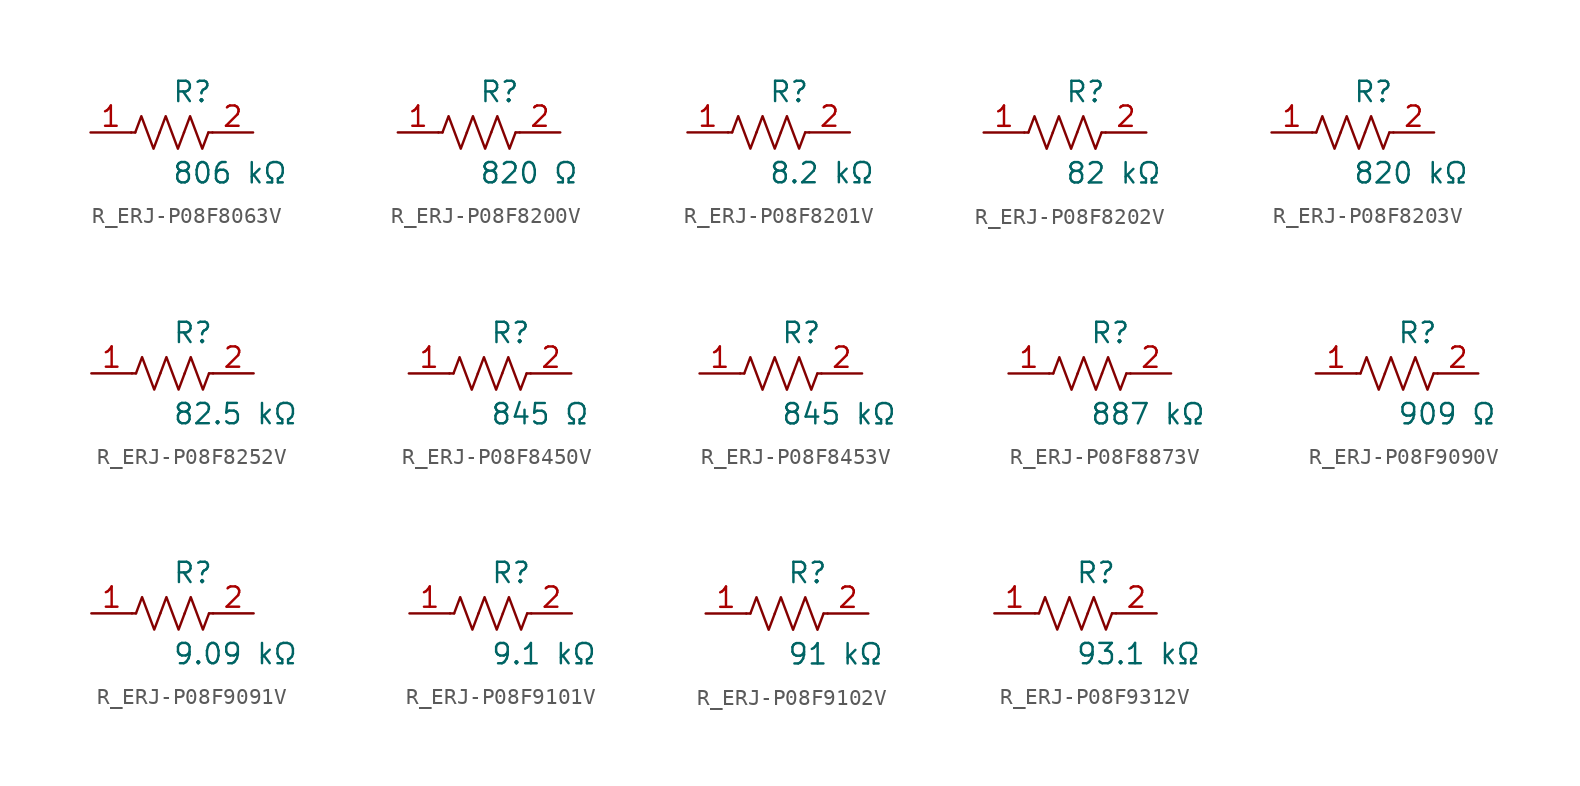
<source format=kicad_sym>
(kicad_symbol_lib
  (version 20231120)
  (generator kicad_symbol_editor)
  (generator_version 8.0)
  (symbol "R_ERJ-P08F8063V"
    (pin_names
      (offset 0.254))
    (property "Reference" "R"
      (at 0.0 2.54 0)
      (effects (font (size 1.27 1.27)) (justify left)))
    (property "Value" "806 kΩ"
      (at 0.0 -2.54 0)
      (effects (font (size 1.27 1.27)) (justify left)))
    (symbol "R_ERJ-P08F8063V_0_1"
      (polyline (pts (xy 2.286 0) (xy 2.54 0)) (stroke (width 0) (type default)) (fill (type none)))
      (polyline (pts (xy -2.286 0) (xy -2.54 0)) (stroke (width 0) (type default)) (fill (type none)))
      (polyline (pts (xy 0.762 0) (xy 1.143 1.016) (xy 1.524 0) (xy 1.905 -1.016) (xy 2.286 0)) (stroke (width 0) (type default)) (fill (type none)))
      (polyline (pts (xy -0.762 0) (xy -0.381 1.016) (xy 0 0) (xy 0.381 -1.016) (xy 0.762 0)) (stroke (width 0) (type default)) (fill (type none)))
      (polyline (pts (xy -2.286 0) (xy -1.905 1.016) (xy -1.524 0) (xy -1.143 -1.016) (xy -0.762 0)) (stroke (width 0) (type default)) (fill (type none))))
    (pin unspecified line
      (at -5.08 0 0)
      (length 2.54)
      (name "" (effects (font (size 1.27 1.27))))
      (number "1" (effects (font (size 1.27 1.27)))))
    (pin unspecified line
      (at 5.08 0 180)
      (length 2.54)
      (name "" (effects (font (size 1.27 1.27))))
      (number "2" (effects (font (size 1.27 1.27))))))
  (symbol "R_ERJ-P08F8200V"
    (pin_names
      (offset 0.254))
    (property "Reference" "R"
      (at 0.0 2.54 0)
      (effects (font (size 1.27 1.27)) (justify left)))
    (property "Value" "820 Ω"
      (at 0.0 -2.54 0)
      (effects (font (size 1.27 1.27)) (justify left)))
    (symbol "R_ERJ-P08F8200V_0_1"
      (polyline (pts (xy 2.286 0) (xy 2.54 0)) (stroke (width 0) (type default)) (fill (type none)))
      (polyline (pts (xy -2.286 0) (xy -2.54 0)) (stroke (width 0) (type default)) (fill (type none)))
      (polyline (pts (xy 0.762 0) (xy 1.143 1.016) (xy 1.524 0) (xy 1.905 -1.016) (xy 2.286 0)) (stroke (width 0) (type default)) (fill (type none)))
      (polyline (pts (xy -0.762 0) (xy -0.381 1.016) (xy 0 0) (xy 0.381 -1.016) (xy 0.762 0)) (stroke (width 0) (type default)) (fill (type none)))
      (polyline (pts (xy -2.286 0) (xy -1.905 1.016) (xy -1.524 0) (xy -1.143 -1.016) (xy -0.762 0)) (stroke (width 0) (type default)) (fill (type none))))
    (pin unspecified line
      (at -5.08 0 0)
      (length 2.54)
      (name "" (effects (font (size 1.27 1.27))))
      (number "1" (effects (font (size 1.27 1.27)))))
    (pin unspecified line
      (at 5.08 0 180)
      (length 2.54)
      (name "" (effects (font (size 1.27 1.27))))
      (number "2" (effects (font (size 1.27 1.27))))))
  (symbol "R_ERJ-P08F8201V"
    (pin_names
      (offset 0.254))
    (property "Reference" "R"
      (at 0.0 2.54 0)
      (effects (font (size 1.27 1.27)) (justify left)))
    (property "Value" "8.2 kΩ"
      (at 0.0 -2.54 0)
      (effects (font (size 1.27 1.27)) (justify left)))
    (symbol "R_ERJ-P08F8201V_0_1"
      (polyline (pts (xy 2.286 0) (xy 2.54 0)) (stroke (width 0) (type default)) (fill (type none)))
      (polyline (pts (xy -2.286 0) (xy -2.54 0)) (stroke (width 0) (type default)) (fill (type none)))
      (polyline (pts (xy 0.762 0) (xy 1.143 1.016) (xy 1.524 0) (xy 1.905 -1.016) (xy 2.286 0)) (stroke (width 0) (type default)) (fill (type none)))
      (polyline (pts (xy -0.762 0) (xy -0.381 1.016) (xy 0 0) (xy 0.381 -1.016) (xy 0.762 0)) (stroke (width 0) (type default)) (fill (type none)))
      (polyline (pts (xy -2.286 0) (xy -1.905 1.016) (xy -1.524 0) (xy -1.143 -1.016) (xy -0.762 0)) (stroke (width 0) (type default)) (fill (type none))))
    (pin unspecified line
      (at -5.08 0 0)
      (length 2.54)
      (name "" (effects (font (size 1.27 1.27))))
      (number "1" (effects (font (size 1.27 1.27)))))
    (pin unspecified line
      (at 5.08 0 180)
      (length 2.54)
      (name "" (effects (font (size 1.27 1.27))))
      (number "2" (effects (font (size 1.27 1.27))))))
  (symbol "R_ERJ-P08F8202V"
    (pin_names
      (offset 0.254))
    (property "Reference" "R"
      (at 0.0 2.54 0)
      (effects (font (size 1.27 1.27)) (justify left)))
    (property "Value" "82 kΩ"
      (at 0.0 -2.54 0)
      (effects (font (size 1.27 1.27)) (justify left)))
    (symbol "R_ERJ-P08F8202V_0_1"
      (polyline (pts (xy 2.286 0) (xy 2.54 0)) (stroke (width 0) (type default)) (fill (type none)))
      (polyline (pts (xy -2.286 0) (xy -2.54 0)) (stroke (width 0) (type default)) (fill (type none)))
      (polyline (pts (xy 0.762 0) (xy 1.143 1.016) (xy 1.524 0) (xy 1.905 -1.016) (xy 2.286 0)) (stroke (width 0) (type default)) (fill (type none)))
      (polyline (pts (xy -0.762 0) (xy -0.381 1.016) (xy 0 0) (xy 0.381 -1.016) (xy 0.762 0)) (stroke (width 0) (type default)) (fill (type none)))
      (polyline (pts (xy -2.286 0) (xy -1.905 1.016) (xy -1.524 0) (xy -1.143 -1.016) (xy -0.762 0)) (stroke (width 0) (type default)) (fill (type none))))
    (pin unspecified line
      (at -5.08 0 0)
      (length 2.54)
      (name "" (effects (font (size 1.27 1.27))))
      (number "1" (effects (font (size 1.27 1.27)))))
    (pin unspecified line
      (at 5.08 0 180)
      (length 2.54)
      (name "" (effects (font (size 1.27 1.27))))
      (number "2" (effects (font (size 1.27 1.27))))))
  (symbol "R_ERJ-P08F8203V"
    (pin_names
      (offset 0.254))
    (property "Reference" "R"
      (at 0.0 2.54 0)
      (effects (font (size 1.27 1.27)) (justify left)))
    (property "Value" "820 kΩ"
      (at 0.0 -2.54 0)
      (effects (font (size 1.27 1.27)) (justify left)))
    (symbol "R_ERJ-P08F8203V_0_1"
      (polyline (pts (xy 2.286 0) (xy 2.54 0)) (stroke (width 0) (type default)) (fill (type none)))
      (polyline (pts (xy -2.286 0) (xy -2.54 0)) (stroke (width 0) (type default)) (fill (type none)))
      (polyline (pts (xy 0.762 0) (xy 1.143 1.016) (xy 1.524 0) (xy 1.905 -1.016) (xy 2.286 0)) (stroke (width 0) (type default)) (fill (type none)))
      (polyline (pts (xy -0.762 0) (xy -0.381 1.016) (xy 0 0) (xy 0.381 -1.016) (xy 0.762 0)) (stroke (width 0) (type default)) (fill (type none)))
      (polyline (pts (xy -2.286 0) (xy -1.905 1.016) (xy -1.524 0) (xy -1.143 -1.016) (xy -0.762 0)) (stroke (width 0) (type default)) (fill (type none))))
    (pin unspecified line
      (at -5.08 0 0)
      (length 2.54)
      (name "" (effects (font (size 1.27 1.27))))
      (number "1" (effects (font (size 1.27 1.27)))))
    (pin unspecified line
      (at 5.08 0 180)
      (length 2.54)
      (name "" (effects (font (size 1.27 1.27))))
      (number "2" (effects (font (size 1.27 1.27))))))
  (symbol "R_ERJ-P08F8252V"
    (pin_names
      (offset 0.254))
    (property "Reference" "R"
      (at 0.0 2.54 0)
      (effects (font (size 1.27 1.27)) (justify left)))
    (property "Value" "82.5 kΩ"
      (at 0.0 -2.54 0)
      (effects (font (size 1.27 1.27)) (justify left)))
    (symbol "R_ERJ-P08F8252V_0_1"
      (polyline (pts (xy 2.286 0) (xy 2.54 0)) (stroke (width 0) (type default)) (fill (type none)))
      (polyline (pts (xy -2.286 0) (xy -2.54 0)) (stroke (width 0) (type default)) (fill (type none)))
      (polyline (pts (xy 0.762 0) (xy 1.143 1.016) (xy 1.524 0) (xy 1.905 -1.016) (xy 2.286 0)) (stroke (width 0) (type default)) (fill (type none)))
      (polyline (pts (xy -0.762 0) (xy -0.381 1.016) (xy 0 0) (xy 0.381 -1.016) (xy 0.762 0)) (stroke (width 0) (type default)) (fill (type none)))
      (polyline (pts (xy -2.286 0) (xy -1.905 1.016) (xy -1.524 0) (xy -1.143 -1.016) (xy -0.762 0)) (stroke (width 0) (type default)) (fill (type none))))
    (pin unspecified line
      (at -5.08 0 0)
      (length 2.54)
      (name "" (effects (font (size 1.27 1.27))))
      (number "1" (effects (font (size 1.27 1.27)))))
    (pin unspecified line
      (at 5.08 0 180)
      (length 2.54)
      (name "" (effects (font (size 1.27 1.27))))
      (number "2" (effects (font (size 1.27 1.27))))))
  (symbol "R_ERJ-P08F8450V"
    (pin_names
      (offset 0.254))
    (property "Reference" "R"
      (at 0.0 2.54 0)
      (effects (font (size 1.27 1.27)) (justify left)))
    (property "Value" "845 Ω"
      (at 0.0 -2.54 0)
      (effects (font (size 1.27 1.27)) (justify left)))
    (symbol "R_ERJ-P08F8450V_0_1"
      (polyline (pts (xy 2.286 0) (xy 2.54 0)) (stroke (width 0) (type default)) (fill (type none)))
      (polyline (pts (xy -2.286 0) (xy -2.54 0)) (stroke (width 0) (type default)) (fill (type none)))
      (polyline (pts (xy 0.762 0) (xy 1.143 1.016) (xy 1.524 0) (xy 1.905 -1.016) (xy 2.286 0)) (stroke (width 0) (type default)) (fill (type none)))
      (polyline (pts (xy -0.762 0) (xy -0.381 1.016) (xy 0 0) (xy 0.381 -1.016) (xy 0.762 0)) (stroke (width 0) (type default)) (fill (type none)))
      (polyline (pts (xy -2.286 0) (xy -1.905 1.016) (xy -1.524 0) (xy -1.143 -1.016) (xy -0.762 0)) (stroke (width 0) (type default)) (fill (type none))))
    (pin unspecified line
      (at -5.08 0 0)
      (length 2.54)
      (name "" (effects (font (size 1.27 1.27))))
      (number "1" (effects (font (size 1.27 1.27)))))
    (pin unspecified line
      (at 5.08 0 180)
      (length 2.54)
      (name "" (effects (font (size 1.27 1.27))))
      (number "2" (effects (font (size 1.27 1.27))))))
  (symbol "R_ERJ-P08F8453V"
    (pin_names
      (offset 0.254))
    (property "Reference" "R"
      (at 0.0 2.54 0)
      (effects (font (size 1.27 1.27)) (justify left)))
    (property "Value" "845 kΩ"
      (at 0.0 -2.54 0)
      (effects (font (size 1.27 1.27)) (justify left)))
    (symbol "R_ERJ-P08F8453V_0_1"
      (polyline (pts (xy 2.286 0) (xy 2.54 0)) (stroke (width 0) (type default)) (fill (type none)))
      (polyline (pts (xy -2.286 0) (xy -2.54 0)) (stroke (width 0) (type default)) (fill (type none)))
      (polyline (pts (xy 0.762 0) (xy 1.143 1.016) (xy 1.524 0) (xy 1.905 -1.016) (xy 2.286 0)) (stroke (width 0) (type default)) (fill (type none)))
      (polyline (pts (xy -0.762 0) (xy -0.381 1.016) (xy 0 0) (xy 0.381 -1.016) (xy 0.762 0)) (stroke (width 0) (type default)) (fill (type none)))
      (polyline (pts (xy -2.286 0) (xy -1.905 1.016) (xy -1.524 0) (xy -1.143 -1.016) (xy -0.762 0)) (stroke (width 0) (type default)) (fill (type none))))
    (pin unspecified line
      (at -5.08 0 0)
      (length 2.54)
      (name "" (effects (font (size 1.27 1.27))))
      (number "1" (effects (font (size 1.27 1.27)))))
    (pin unspecified line
      (at 5.08 0 180)
      (length 2.54)
      (name "" (effects (font (size 1.27 1.27))))
      (number "2" (effects (font (size 1.27 1.27))))))
  (symbol "R_ERJ-P08F8873V"
    (pin_names
      (offset 0.254))
    (property "Reference" "R"
      (at 0.0 2.54 0)
      (effects (font (size 1.27 1.27)) (justify left)))
    (property "Value" "887 kΩ"
      (at 0.0 -2.54 0)
      (effects (font (size 1.27 1.27)) (justify left)))
    (symbol "R_ERJ-P08F8873V_0_1"
      (polyline (pts (xy 2.286 0) (xy 2.54 0)) (stroke (width 0) (type default)) (fill (type none)))
      (polyline (pts (xy -2.286 0) (xy -2.54 0)) (stroke (width 0) (type default)) (fill (type none)))
      (polyline (pts (xy 0.762 0) (xy 1.143 1.016) (xy 1.524 0) (xy 1.905 -1.016) (xy 2.286 0)) (stroke (width 0) (type default)) (fill (type none)))
      (polyline (pts (xy -0.762 0) (xy -0.381 1.016) (xy 0 0) (xy 0.381 -1.016) (xy 0.762 0)) (stroke (width 0) (type default)) (fill (type none)))
      (polyline (pts (xy -2.286 0) (xy -1.905 1.016) (xy -1.524 0) (xy -1.143 -1.016) (xy -0.762 0)) (stroke (width 0) (type default)) (fill (type none))))
    (pin unspecified line
      (at -5.08 0 0)
      (length 2.54)
      (name "" (effects (font (size 1.27 1.27))))
      (number "1" (effects (font (size 1.27 1.27)))))
    (pin unspecified line
      (at 5.08 0 180)
      (length 2.54)
      (name "" (effects (font (size 1.27 1.27))))
      (number "2" (effects (font (size 1.27 1.27))))))
  (symbol "R_ERJ-P08F9090V"
    (pin_names
      (offset 0.254))
    (property "Reference" "R"
      (at 0.0 2.54 0)
      (effects (font (size 1.27 1.27)) (justify left)))
    (property "Value" "909 Ω"
      (at 0.0 -2.54 0)
      (effects (font (size 1.27 1.27)) (justify left)))
    (symbol "R_ERJ-P08F9090V_0_1"
      (polyline (pts (xy 2.286 0) (xy 2.54 0)) (stroke (width 0) (type default)) (fill (type none)))
      (polyline (pts (xy -2.286 0) (xy -2.54 0)) (stroke (width 0) (type default)) (fill (type none)))
      (polyline (pts (xy 0.762 0) (xy 1.143 1.016) (xy 1.524 0) (xy 1.905 -1.016) (xy 2.286 0)) (stroke (width 0) (type default)) (fill (type none)))
      (polyline (pts (xy -0.762 0) (xy -0.381 1.016) (xy 0 0) (xy 0.381 -1.016) (xy 0.762 0)) (stroke (width 0) (type default)) (fill (type none)))
      (polyline (pts (xy -2.286 0) (xy -1.905 1.016) (xy -1.524 0) (xy -1.143 -1.016) (xy -0.762 0)) (stroke (width 0) (type default)) (fill (type none))))
    (pin unspecified line
      (at -5.08 0 0)
      (length 2.54)
      (name "" (effects (font (size 1.27 1.27))))
      (number "1" (effects (font (size 1.27 1.27)))))
    (pin unspecified line
      (at 5.08 0 180)
      (length 2.54)
      (name "" (effects (font (size 1.27 1.27))))
      (number "2" (effects (font (size 1.27 1.27))))))
  (symbol "R_ERJ-P08F9091V"
    (pin_names
      (offset 0.254))
    (property "Reference" "R"
      (at 0.0 2.54 0)
      (effects (font (size 1.27 1.27)) (justify left)))
    (property "Value" "9.09 kΩ"
      (at 0.0 -2.54 0)
      (effects (font (size 1.27 1.27)) (justify left)))
    (symbol "R_ERJ-P08F9091V_0_1"
      (polyline (pts (xy 2.286 0) (xy 2.54 0)) (stroke (width 0) (type default)) (fill (type none)))
      (polyline (pts (xy -2.286 0) (xy -2.54 0)) (stroke (width 0) (type default)) (fill (type none)))
      (polyline (pts (xy 0.762 0) (xy 1.143 1.016) (xy 1.524 0) (xy 1.905 -1.016) (xy 2.286 0)) (stroke (width 0) (type default)) (fill (type none)))
      (polyline (pts (xy -0.762 0) (xy -0.381 1.016) (xy 0 0) (xy 0.381 -1.016) (xy 0.762 0)) (stroke (width 0) (type default)) (fill (type none)))
      (polyline (pts (xy -2.286 0) (xy -1.905 1.016) (xy -1.524 0) (xy -1.143 -1.016) (xy -0.762 0)) (stroke (width 0) (type default)) (fill (type none))))
    (pin unspecified line
      (at -5.08 0 0)
      (length 2.54)
      (name "" (effects (font (size 1.27 1.27))))
      (number "1" (effects (font (size 1.27 1.27)))))
    (pin unspecified line
      (at 5.08 0 180)
      (length 2.54)
      (name "" (effects (font (size 1.27 1.27))))
      (number "2" (effects (font (size 1.27 1.27))))))
  (symbol "R_ERJ-P08F9101V"
    (pin_names
      (offset 0.254))
    (property "Reference" "R"
      (at 0.0 2.54 0)
      (effects (font (size 1.27 1.27)) (justify left)))
    (property "Value" "9.1 kΩ"
      (at 0.0 -2.54 0)
      (effects (font (size 1.27 1.27)) (justify left)))
    (symbol "R_ERJ-P08F9101V_0_1"
      (polyline (pts (xy 2.286 0) (xy 2.54 0)) (stroke (width 0) (type default)) (fill (type none)))
      (polyline (pts (xy -2.286 0) (xy -2.54 0)) (stroke (width 0) (type default)) (fill (type none)))
      (polyline (pts (xy 0.762 0) (xy 1.143 1.016) (xy 1.524 0) (xy 1.905 -1.016) (xy 2.286 0)) (stroke (width 0) (type default)) (fill (type none)))
      (polyline (pts (xy -0.762 0) (xy -0.381 1.016) (xy 0 0) (xy 0.381 -1.016) (xy 0.762 0)) (stroke (width 0) (type default)) (fill (type none)))
      (polyline (pts (xy -2.286 0) (xy -1.905 1.016) (xy -1.524 0) (xy -1.143 -1.016) (xy -0.762 0)) (stroke (width 0) (type default)) (fill (type none))))
    (pin unspecified line
      (at -5.08 0 0)
      (length 2.54)
      (name "" (effects (font (size 1.27 1.27))))
      (number "1" (effects (font (size 1.27 1.27)))))
    (pin unspecified line
      (at 5.08 0 180)
      (length 2.54)
      (name "" (effects (font (size 1.27 1.27))))
      (number "2" (effects (font (size 1.27 1.27))))))
  (symbol "R_ERJ-P08F9102V"
    (pin_names
      (offset 0.254))
    (property "Reference" "R"
      (at 0.0 2.54 0)
      (effects (font (size 1.27 1.27)) (justify left)))
    (property "Value" "91 kΩ"
      (at 0.0 -2.54 0)
      (effects (font (size 1.27 1.27)) (justify left)))
    (symbol "R_ERJ-P08F9102V_0_1"
      (polyline (pts (xy 2.286 0) (xy 2.54 0)) (stroke (width 0) (type default)) (fill (type none)))
      (polyline (pts (xy -2.286 0) (xy -2.54 0)) (stroke (width 0) (type default)) (fill (type none)))
      (polyline (pts (xy 0.762 0) (xy 1.143 1.016) (xy 1.524 0) (xy 1.905 -1.016) (xy 2.286 0)) (stroke (width 0) (type default)) (fill (type none)))
      (polyline (pts (xy -0.762 0) (xy -0.381 1.016) (xy 0 0) (xy 0.381 -1.016) (xy 0.762 0)) (stroke (width 0) (type default)) (fill (type none)))
      (polyline (pts (xy -2.286 0) (xy -1.905 1.016) (xy -1.524 0) (xy -1.143 -1.016) (xy -0.762 0)) (stroke (width 0) (type default)) (fill (type none))))
    (pin unspecified line
      (at -5.08 0 0)
      (length 2.54)
      (name "" (effects (font (size 1.27 1.27))))
      (number "1" (effects (font (size 1.27 1.27)))))
    (pin unspecified line
      (at 5.08 0 180)
      (length 2.54)
      (name "" (effects (font (size 1.27 1.27))))
      (number "2" (effects (font (size 1.27 1.27))))))
  (symbol "R_ERJ-P08F9312V"
    (pin_names
      (offset 0.254))
    (property "Reference" "R"
      (at 0.0 2.54 0)
      (effects (font (size 1.27 1.27)) (justify left)))
    (property "Value" "93.1 kΩ"
      (at 0.0 -2.54 0)
      (effects (font (size 1.27 1.27)) (justify left)))
    (symbol "R_ERJ-P08F9312V_0_1"
      (polyline (pts (xy 2.286 0) (xy 2.54 0)) (stroke (width 0) (type default)) (fill (type none)))
      (polyline (pts (xy -2.286 0) (xy -2.54 0)) (stroke (width 0) (type default)) (fill (type none)))
      (polyline (pts (xy 0.762 0) (xy 1.143 1.016) (xy 1.524 0) (xy 1.905 -1.016) (xy 2.286 0)) (stroke (width 0) (type default)) (fill (type none)))
      (polyline (pts (xy -0.762 0) (xy -0.381 1.016) (xy 0 0) (xy 0.381 -1.016) (xy 0.762 0)) (stroke (width 0) (type default)) (fill (type none)))
      (polyline (pts (xy -2.286 0) (xy -1.905 1.016) (xy -1.524 0) (xy -1.143 -1.016) (xy -0.762 0)) (stroke (width 0) (type default)) (fill (type none))))
    (pin unspecified line
      (at -5.08 0 0)
      (length 2.54)
      (name "" (effects (font (size 1.27 1.27))))
      (number "1" (effects (font (size 1.27 1.27)))))
    (pin unspecified line
      (at 5.08 0 180)
      (length 2.54)
      (name "" (effects (font (size 1.27 1.27))))
      (number "2" (effects (font (size 1.27 1.27)))))))
</source>
